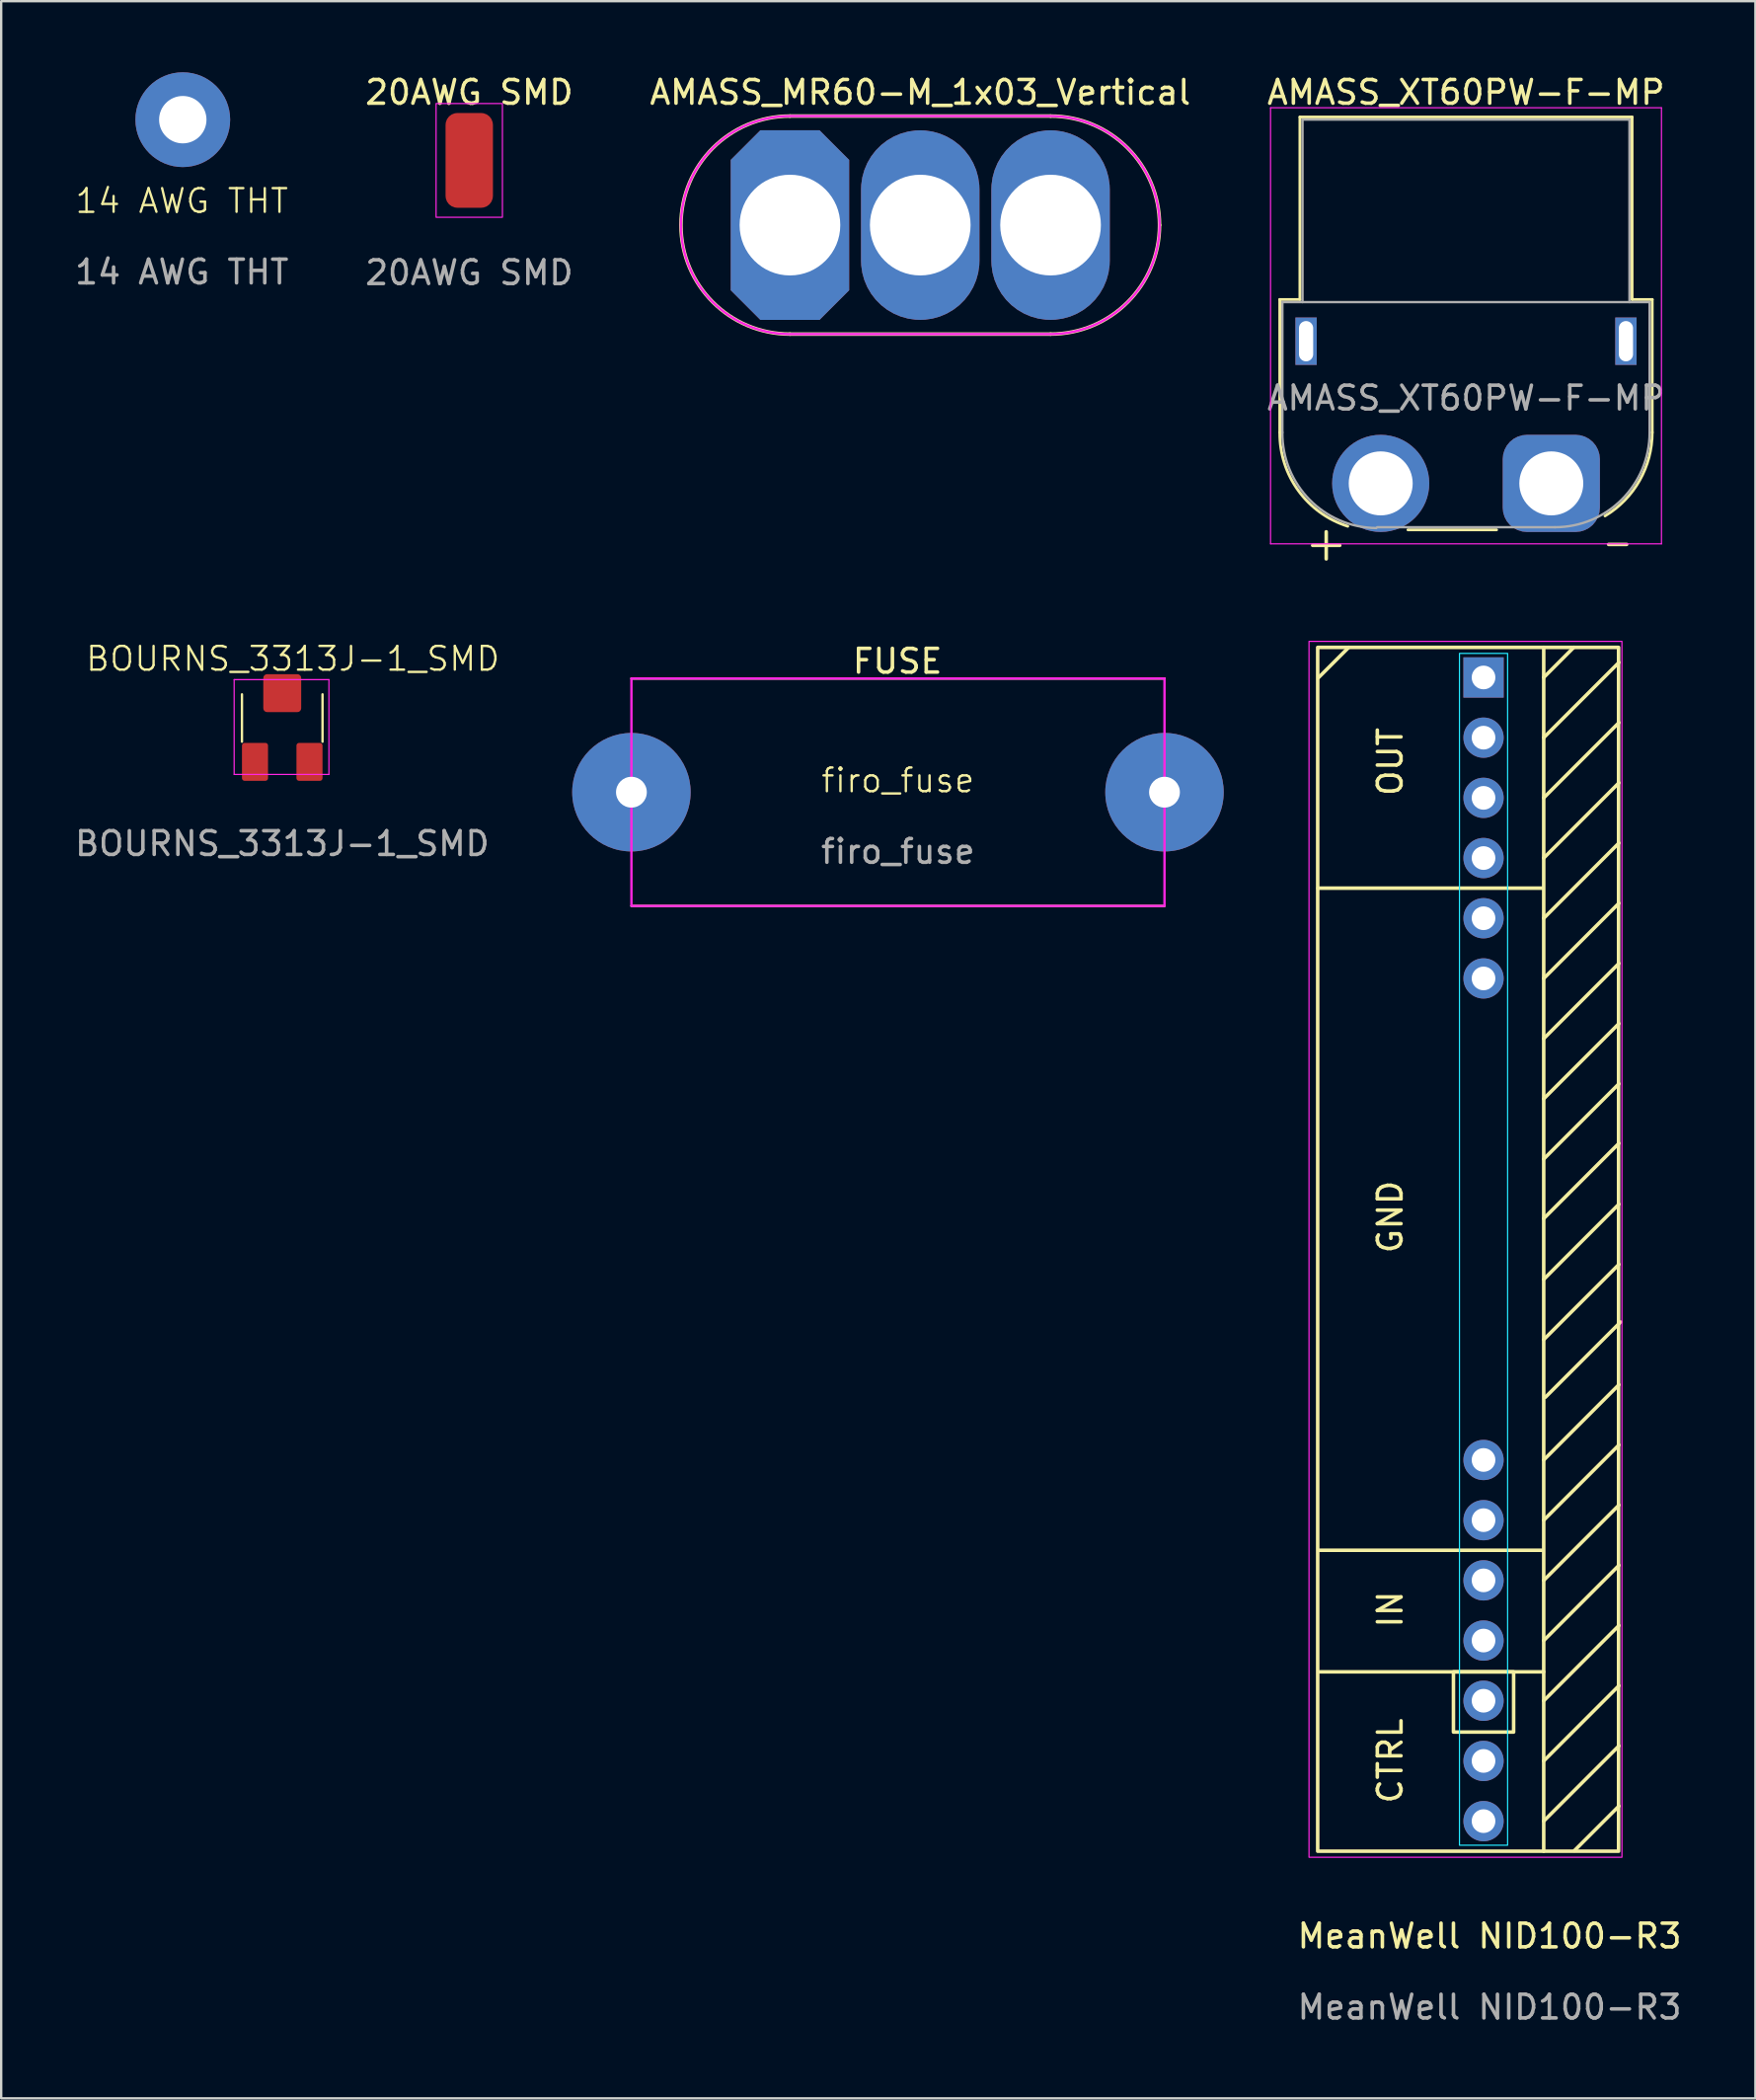
<source format=kicad_pcb>
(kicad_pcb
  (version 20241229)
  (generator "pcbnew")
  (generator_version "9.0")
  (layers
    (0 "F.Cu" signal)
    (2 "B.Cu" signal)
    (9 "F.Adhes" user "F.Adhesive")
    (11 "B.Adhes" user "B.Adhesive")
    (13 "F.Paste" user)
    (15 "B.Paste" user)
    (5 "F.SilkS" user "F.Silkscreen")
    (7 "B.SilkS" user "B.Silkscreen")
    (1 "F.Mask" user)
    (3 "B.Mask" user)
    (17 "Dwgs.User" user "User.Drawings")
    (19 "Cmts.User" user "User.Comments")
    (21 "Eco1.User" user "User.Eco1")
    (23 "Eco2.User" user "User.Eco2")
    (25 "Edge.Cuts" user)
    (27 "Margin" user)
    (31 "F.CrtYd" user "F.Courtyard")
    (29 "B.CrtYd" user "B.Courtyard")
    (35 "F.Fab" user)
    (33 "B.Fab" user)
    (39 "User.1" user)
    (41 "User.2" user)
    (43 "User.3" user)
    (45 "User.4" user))
  (footprint "firo_fuse"
    (layer "F.Cu")
    (at 34.851 30.379)
    (property "Reference" "firo_fuse" (at 0 -0.5 0) (unlocked yes) (layer "F.SilkS") (effects (font (size 1 1) (thickness 0.1))))
    (attr smd)
    (fp_line (start -11.25 -4.8) (end 11.25 -4.8) (stroke (width 0.1) (type default)) (layer "F.SilkS"))
    (fp_line (start 11.25 4.8) (end -11.25 4.8) (stroke (width 0.1) (type default)) (layer "F.SilkS"))
    (fp_rect (start -11.25 -4.8) (end 11.25 4.8) (stroke (width 0.1) (type default)) (fill no) (layer "F.CrtYd"))
    (fp_text user "FUSE" (at -2 -4.94 0) (unlocked yes) (layer "F.SilkS") (effects (font (size 1 1) (thickness 0.15)) (justify left bottom)))
    (fp_text user "${REFERENCE}" (at 0 2.5 0) (unlocked yes) (layer "F.Fab") (effects (font (size 1 1) (thickness 0.15))))
    (pad "1" thru_hole circle (at -11.25 0) (size 5 5) (drill 1.3) (layers "*.Cu" "*.Mask"))
    (pad "2" thru_hole circle (at 11.25 0) (size 5 5) (drill 1.3) (layers "*.Cu" "*.Mask")))
  (footprint "14 AWG THT"
    (layer "F.Cu")
    (at 4.665 2)
    (property "Reference" "14 AWG THT" (at -0.04 3.43 0) (unlocked yes) (layer "F.SilkS") (effects (font (size 1 1) (thickness 0.1))))
    (attr smd)
    (fp_text user "${REFERENCE}" (at -0.04 6.43 0) (unlocked yes) (layer "F.Fab") (effects (font (size 1 1) (thickness 0.15))))
    (pad "1" thru_hole circle (at 0 0) (size 4 4) (drill 2) (layers "*.Cu" "*.Mask")))
  (footprint "MeanWell NID100-R3"
    (layer "F.Cu")
    (at 59.567 48.398)
    (property "Reference" "MeanWell NID100-R3" (at 0.254 30.25 0) (unlocked yes) (layer "F.SilkS") (effects (font (size 1 1) (thickness 0.15))))
    (attr through_hole)
    (fp_line (start -6.96 -22.86) (end -5.69 -24.13) (stroke (width 0.15) (type default)) (layer "F.SilkS"))
    (fp_line (start 2.489 -13.97) (end -6.985 -13.97) (stroke (width 0.15) (type default)) (layer "F.SilkS"))
    (fp_line (start 2.489 13.97) (end -6.96 13.97) (stroke (width 0.15) (type default)) (layer "F.SilkS"))
    (fp_line (start 2.54 -24.13) (end 2.54 26.67) (stroke (width 0.15) (type default)) (layer "F.SilkS"))
    (fp_line (start 2.54 -22.86) (end 3.81 -24.13) (stroke (width 0.15) (type default)) (layer "F.SilkS"))
    (fp_line (start 2.54 19.101) (end -6.909 19.101) (stroke (width 0.15) (type default)) (layer "F.SilkS"))
    (fp_line (start 5.715 -23.495) (end 2.54 -20.32) (stroke (width 0.15) (type default)) (layer "F.SilkS"))
    (fp_line (start 5.715 -20.955) (end 2.54 -17.78) (stroke (width 0.15) (type default)) (layer "F.SilkS"))
    (fp_line (start 5.715 -18.415) (end 2.54 -15.24) (stroke (width 0.15) (type default)) (layer "F.SilkS"))
    (fp_line (start 5.715 -15.875) (end 2.54 -12.7) (stroke (width 0.15) (type default)) (layer "F.SilkS"))
    (fp_line (start 5.715 -13.335) (end 2.54 -10.16) (stroke (width 0.15) (type default)) (layer "F.SilkS"))
    (fp_line (start 5.715 -10.795) (end 2.54 -7.62) (stroke (width 0.15) (type default)) (layer "F.SilkS"))
    (fp_line (start 5.715 -8.255) (end 2.54 -5.08) (stroke (width 0.15) (type default)) (layer "F.SilkS"))
    (fp_line (start 5.715 -5.715) (end 2.54 -2.54) (stroke (width 0.15) (type default)) (layer "F.SilkS"))
    (fp_line (start 5.715 -3.203) (end 2.54 -0.028) (stroke (width 0.15) (type default)) (layer "F.SilkS"))
    (fp_line (start 5.715 -0.635) (end 2.54 2.54) (stroke (width 0.15) (type default)) (layer "F.SilkS"))
    (fp_line (start 5.715 1.905) (end 2.54 5.08) (stroke (width 0.15) (type default)) (layer "F.SilkS"))
    (fp_line (start 5.715 6.985) (end 2.54 10.16) (stroke (width 0.15) (type default)) (layer "F.SilkS"))
    (fp_line (start 5.715 9.525) (end 2.54 12.7) (stroke (width 0.15) (type default)) (layer "F.SilkS"))
    (fp_line (start 5.715 12.065) (end 2.54 15.24) (stroke (width 0.15) (type default)) (layer "F.SilkS"))
    (fp_line (start 5.715 14.605) (end 2.54 17.78) (stroke (width 0.15) (type default)) (layer "F.SilkS"))
    (fp_line (start 5.715 17.145) (end 2.54 20.32) (stroke (width 0.15) (type default)) (layer "F.SilkS"))
    (fp_line (start 5.715 19.685) (end 2.54 22.86) (stroke (width 0.15) (type default)) (layer "F.SilkS"))
    (fp_line (start 5.715 22.225) (end 2.54 25.4) (stroke (width 0.15) (type default)) (layer "F.SilkS"))
    (fp_line (start 5.715 24.765) (end 3.835 26.645) (stroke (width 0.15) (type default)) (layer "F.SilkS"))
    (fp_line (start 5.785 4.338) (end 2.61 7.513) (stroke (width 0.15) (type default)) (layer "F.SilkS"))
    (fp_rect (start -1.27 19.101) (end 1.27 21.641) (stroke (width 0.15) (type default)) (fill no) (layer "F.SilkS"))
    (fp_poly (pts (xy 5.7 26.67) (xy 5.7 -24.13) (xy -7 -24.13) (xy -7 26.67)) (stroke (width 0.15) (type solid)) (fill no) (layer "F.SilkS"))
    (fp_rect (start -1.016 -23.876) (end 1.016 26.416) (stroke (width 0.05) (type default)) (fill no) (layer "B.CrtYd"))
    (fp_rect (start -7.366 -24.384) (end 5.842 26.924) (stroke (width 0.05) (type default)) (fill no) (layer "F.CrtYd"))
    (fp_text user "GND" (at -3.353 1.524 90) (unlocked yes) (layer "F.SilkS") (effects (font (size 1 1) (thickness 0.15)) (justify left bottom)))
    (fp_text user "CTRL" (at -3.353 24.74 90) (unlocked yes) (layer "F.SilkS") (effects (font (size 1 1) (thickness 0.15)) (justify left bottom)))
    (fp_text user "OUT" (at -3.353 -17.78 90) (unlocked yes) (layer "F.SilkS") (effects (font (size 1 1) (thickness 0.15)) (justify left bottom)))
    (fp_text user "IN" (at -3.353 17.323 90) (unlocked yes) (layer "F.SilkS") (effects (font (size 1 1) (thickness 0.15)) (justify left bottom)))
    (fp_text user "${REFERENCE}" (at 0.254 33.25 0) (unlocked yes) (layer "F.Fab") (effects (font (size 1 1) (thickness 0.15))))
    (pad "1" thru_hole rect (at 0 -22.86) (size 1.7 1.7) (drill 1) (layers "*.Cu" "*.Mask"))
    (pad "2" thru_hole circle (at 0 -20.32) (size 1.7 1.7) (drill 1) (layers "*.Cu" "*.Mask"))
    (pad "3" thru_hole circle (at 0 -17.78) (size 1.7 1.7) (drill 1) (layers "*.Cu" "*.Mask"))
    (pad "4" thru_hole circle (at 0 -15.24) (size 1.7 1.7) (drill 1) (layers "*.Cu" "*.Mask"))
    (pad "5" thru_hole circle (at 0 -12.7) (size 1.7 1.7) (drill 1) (layers "*.Cu" "*.Mask"))
    (pad "6" thru_hole circle (at 0 -10.16) (size 1.7 1.7) (drill 1) (layers "*.Cu" "*.Mask"))
    (pad "7" thru_hole circle (at 0 10.16) (size 1.7 1.7) (drill 1) (layers "*.Cu" "*.Mask"))
    (pad "8" thru_hole circle (at 0 12.7) (size 1.7 1.7) (drill 1) (layers "*.Cu" "*.Mask"))
    (pad "9" thru_hole circle (at 0 15.24) (size 1.7 1.7) (drill 1) (layers "*.Cu" "*.Mask"))
    (pad "10" thru_hole circle (at 0 17.78) (size 1.7 1.7) (drill 1) (layers "*.Cu" "*.Mask"))
    (pad "11" thru_hole circle (at 0 20.32) (size 1.7 1.7) (drill 1) (layers "*.Cu" "*.Mask"))
    (pad "12" thru_hole circle (at 0 22.86) (size 1.7 1.7) (drill 1) (layers "*.Cu" "*.Mask"))
    (pad "13" thru_hole circle (at 0 25.4) (size 1.7 1.7) (drill 1) (layers "*.Cu" "*.Mask")))
  (footprint "AMASS_MR60-M_1x03_Vertical"
    (layer "F.Cu")
    (at 30.292 6.448)
    (property "Reference" "AMASS_MR60-M_1x03_Vertical" (at 5.5 -5.6 180) (layer "F.SilkS") (effects (font (size 1 1) (thickness 0.15))))
    (attr through_hole)
    (fp_line (start 0 4.6) (end 11 4.6) (stroke (width 0.15) (type default)) (layer "F.SilkS"))
    (fp_line (start 11 -4.6) (end 0 -4.6) (stroke (width 0.15) (type default)) (layer "F.SilkS"))
    (fp_arc (start 0 4.6) (mid -4.6 0) (end 0 -4.6) (stroke (width 0.15) (type default)) (layer "F.SilkS"))
    (fp_arc (start 11 -4.6) (mid 14.252691 -3.252691) (end 15.6 0) (stroke (width 0.15) (type default)) (layer "F.SilkS"))
    (fp_arc (start 15.6 0) (mid 14.252691 3.252691) (end 11 4.6) (stroke (width 0.15) (type default)) (layer "F.SilkS"))
    (fp_poly (pts (arc (start 0 -4.6) (mid -4.6 0) (end 0 4.6)) (arc (start 11 4.6) (mid 14.252691 3.252691) (end 15.6 0)) (arc (start 15.6 0) (mid 14.252691 -3.252691) (end 11 -4.6))) (stroke (width 0.1) (type solid)) (fill no) (layer "F.CrtYd"))
    (pad "1" thru_hole roundrect (at 0 0) (size 5 8) (drill 4.25) (layers "*.Cu" "*.Mask") (roundrect_rratio 0) (chamfer_ratio 0.25) (chamfer top_left top_right bottom_left bottom_right))
    (pad "2" thru_hole roundrect (at 5.5 0 90) (size 8 5) (drill 4.25) (layers "*.Cu" "*.Mask") (roundrect_rratio 0.5))
    (pad "3" thru_hole roundrect (at 11 0) (size 5 8) (drill 4.25) (layers "*.Cu" "*.Mask") (roundrect_rratio 0.5)))
  (footprint "AMASS_XT60PW-F-MP"
    (layer "F.Cu")
    (at 62.427 17.348)
    (property "Reference" "AMASS_XT60PW-F-MP" (at -3.6 -16.5 0) (layer "F.SilkS") (effects (font (size 1 1) (thickness 0.15))))
    (attr through_hole)
    (fp_line (start -11.46 -7.76) (end -11.46 -2.15) (stroke (width 0.12) (type solid)) (layer "F.SilkS"))
    (fp_line (start -11.46 -7.76) (end -10.61 -7.76) (stroke (width 0.12) (type solid)) (layer "F.SilkS"))
    (fp_line (start -10.61 -15.46) (end -10.61 -7.76) (stroke (width 0.12) (type solid)) (layer "F.SilkS"))
    (fp_line (start -10.61 -15.46) (end 3.41 -15.46) (stroke (width 0.12) (type solid)) (layer "F.SilkS"))
    (fp_line (start -6.05 1.96) (end -2.31 1.96) (stroke (width 0.12) (type solid)) (layer "F.SilkS"))
    (fp_line (start 3.41 -15.46) (end 3.41 -7.76) (stroke (width 0.12) (type solid)) (layer "F.SilkS"))
    (fp_line (start 3.41 -7.76) (end 4.26 -7.76) (stroke (width 0.12) (type solid)) (layer "F.SilkS"))
    (fp_line (start 4.26 -7.76) (end 4.26 -2.15) (stroke (width 0.12) (type solid)) (layer "F.SilkS"))
    (fp_arc (start -8.5899 1.808718) (mid -10.677645 0.302568) (end -11.46 -2.15) (stroke (width 0.12) (type solid)) (layer "F.SilkS"))
    (fp_arc (start 4.26 -2.15) (mid 3.727162 -0.126139) (end 2.266806 1.372958) (stroke (width 0.12) (type solid)) (layer "F.SilkS"))
    (fp_line (start -11.85 -15.85) (end -11.85 2.55) (stroke (width 0.05) (type solid)) (layer "F.CrtYd"))
    (fp_line (start -11.85 -15.85) (end 4.65 -15.85) (stroke (width 0.05) (type solid)) (layer "F.CrtYd"))
    (fp_line (start 4.65 2.55) (end -11.85 2.55) (stroke (width 0.05) (type solid)) (layer "F.CrtYd"))
    (fp_line (start 4.65 2.55) (end 4.65 -15.85) (stroke (width 0.05) (type solid)) (layer "F.CrtYd"))
    (fp_line (start -11.35 -7.65) (end -11.35 -2.15) (stroke (width 0.1) (type solid)) (layer "F.Fab"))
    (fp_line (start -11.35 -7.65) (end 4.15 -7.65) (stroke (width 0.1) (type solid)) (layer "F.Fab"))
    (fp_line (start -10.5 -15.35) (end 3.3 -15.35) (stroke (width 0.1) (type solid)) (layer "F.Fab"))
    (fp_line (start -10.5 -7.65) (end -10.5 -15.35) (stroke (width 0.1) (type solid)) (layer "F.Fab"))
    (fp_line (start -7.35 1.85) (end 0.15 1.85) (stroke (width 0.1) (type solid)) (layer "F.Fab"))
    (fp_line (start 3.3 -7.65) (end 3.3 -15.35) (stroke (width 0.1) (type solid)) (layer "F.Fab"))
    (fp_line (start 4.15 -7.65) (end 4.15 -2.15) (stroke (width 0.1) (type solid)) (layer "F.Fab"))
    (fp_arc (start -7.385 1.885) (mid -10.203176 0.688678) (end -11.35 -2.15) (stroke (width 0.1) (type solid)) (layer "F.Fab"))
    (fp_arc (start 4.15 -2.15) (mid 2.978427 0.678427) (end 0.15 1.85) (stroke (width 0.1) (type solid)) (layer "F.Fab"))
    (fp_text user "+" (at -9.5 2.5 0) (layer "F.SilkS") (effects (font (size 1.5 1.5) (thickness 0.15))))
    (fp_text user "-" (at 2.8 2.5 0) (layer "F.SilkS") (effects (font (size 1 1) (thickness 0.15))))
    (fp_text user "${REFERENCE}" (at -3.6 -3.6 0) (layer "F.Fab") (effects (font (size 1 1) (thickness 0.15))))
    (pad "1" thru_hole roundrect (at 0 0) (size 4.1 4.1) (drill 2.7) (layers "*.Cu" "*.Mask") (roundrect_rratio 0.25))
    (pad "2" thru_hole circle (at -7.2 0) (size 4.1 4.1) (drill 2.7) (layers "*.Cu" "*.Mask"))
    (pad "MP" thru_hole rect (at -10.35 -6) (size 0.9 2) (drill oval 0.6 1.7) (layers "*.Cu" "*.Mask"))
    (pad "MP" thru_hole rect (at 3.15 -6) (size 0.9 2) (drill oval 0.6 1.7) (layers "*.Cu" "*.Mask")))
  (footprint "20AWG SMD"
    (layer "F.Cu")
    (at 16.756 3.718)
    (property "Reference" "20AWG SMD" (at 0 -2.87 0) (unlocked yes) (layer "F.SilkS") (effects (font (size 1 1) (thickness 0.15))))
    (attr smd)
    (fp_rect (start -1.4 -2.4) (end 1.4 2.4) (stroke (width 0.05) (type default)) (fill no) (layer "F.CrtYd"))
    (fp_text user "${REFERENCE}" (at 0 4.74 0) (unlocked yes) (layer "F.Fab") (effects (font (size 1 1) (thickness 0.15))))
    (pad "1" smd roundrect (at 0 0) (size 2 4) (layers "F.Cu" "F.Mask" "F.Paste") (roundrect_rratio 0.25)))
  (footprint "BOURNS_3313J-1_SMD"
    (layer "F.Cu")
    (at 8.863 27.649)
    (property "Reference" "BOURNS_3313J-1_SMD" (at 0.45 -2.9 0) (unlocked yes) (layer "F.SilkS") (effects (font (size 1 1) (thickness 0.1))))
    (attr smd)
    (fp_line (start -1.7 0.6) (end -1.7 -1.4) (stroke (width 0.1) (type default)) (layer "F.SilkS"))
    (fp_line (start 1.7 -1.4) (end 1.7 0.6) (stroke (width 0.1) (type default)) (layer "F.SilkS"))
    (fp_line (start -2.03 -2.02) (end 1.97 -2.02) (stroke (width 0.05) (type default)) (layer "F.CrtYd"))
    (fp_line (start -2.03 1.98) (end -2.03 -2.02) (stroke (width 0.05) (type default)) (layer "F.CrtYd"))
    (fp_line (start 1.97 -2.02) (end 1.97 1.98) (stroke (width 0.05) (type default)) (layer "F.CrtYd"))
    (fp_line (start 1.97 1.98) (end -2.03 1.98) (stroke (width 0.05) (type default)) (layer "F.CrtYd"))
    (fp_text user "${REFERENCE}" (at 0 4.9 0) (unlocked yes) (layer "F.Fab") (effects (font (size 1 1) (thickness 0.15))))
    (pad "1" smd roundrect (at -1.15 1.45) (size 1.1 1.6) (layers "F.Cu" "F.Mask" "F.Paste") (roundrect_rratio 0.1))
    (pad "2" smd roundrect (at 0 -1.45) (size 1.6 1.6) (layers "F.Cu" "F.Mask" "F.Paste") (roundrect_rratio 0.1))
    (pad "3" smd roundrect (at 1.15 1.45) (size 1.1 1.6) (layers "F.Cu" "F.Mask" "F.Paste") (roundrect_rratio 0.1)))
  (gr_rect
    (start -3 -3)
    (end 71.042 85.496)
    (stroke (width 0.1) (type default))
    (fill no)
    (layer "Edge.Cuts")))
</source>
